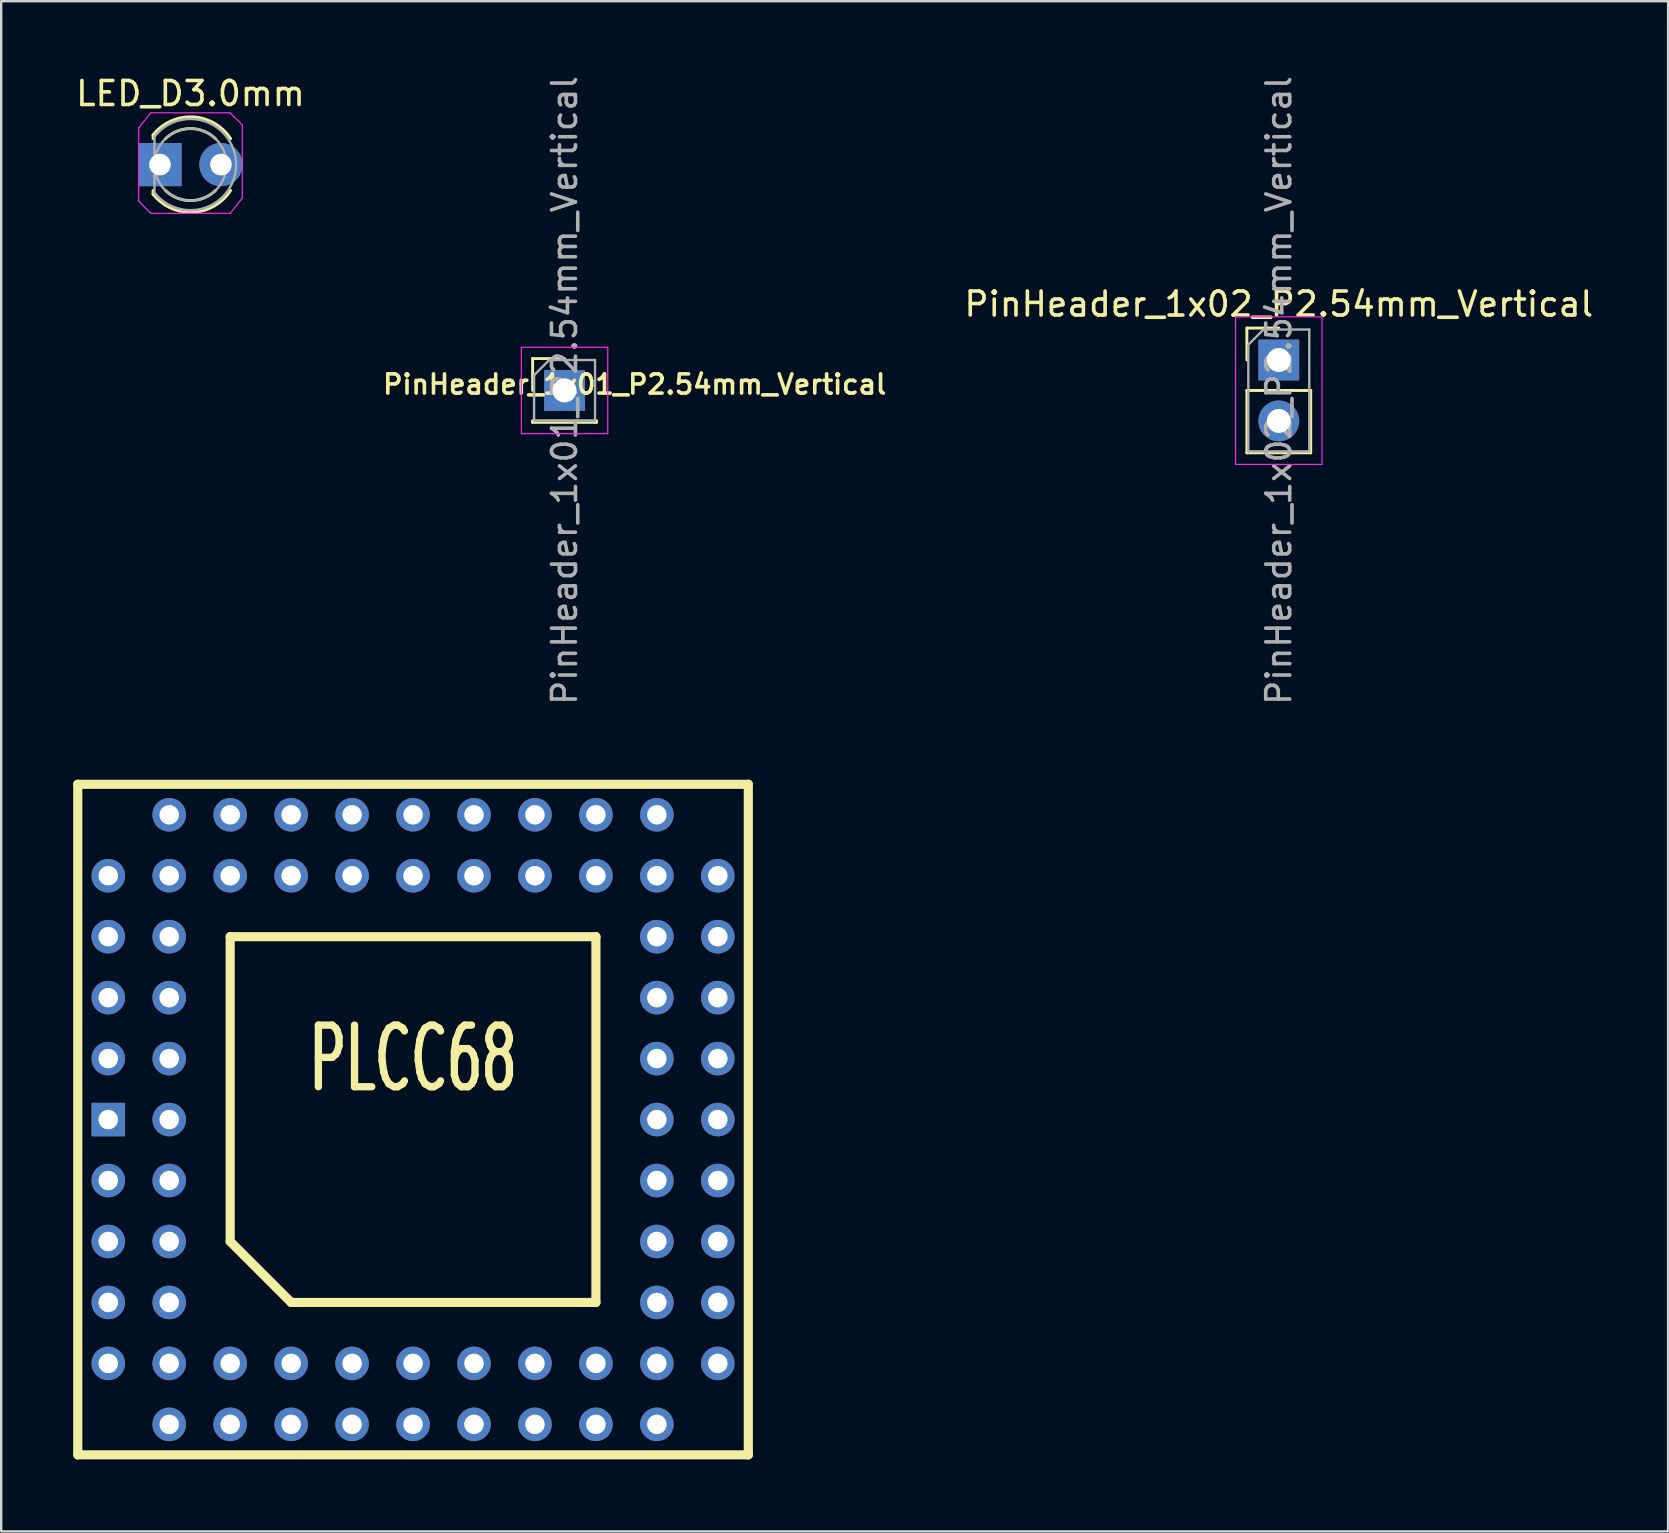
<source format=kicad_pcb>
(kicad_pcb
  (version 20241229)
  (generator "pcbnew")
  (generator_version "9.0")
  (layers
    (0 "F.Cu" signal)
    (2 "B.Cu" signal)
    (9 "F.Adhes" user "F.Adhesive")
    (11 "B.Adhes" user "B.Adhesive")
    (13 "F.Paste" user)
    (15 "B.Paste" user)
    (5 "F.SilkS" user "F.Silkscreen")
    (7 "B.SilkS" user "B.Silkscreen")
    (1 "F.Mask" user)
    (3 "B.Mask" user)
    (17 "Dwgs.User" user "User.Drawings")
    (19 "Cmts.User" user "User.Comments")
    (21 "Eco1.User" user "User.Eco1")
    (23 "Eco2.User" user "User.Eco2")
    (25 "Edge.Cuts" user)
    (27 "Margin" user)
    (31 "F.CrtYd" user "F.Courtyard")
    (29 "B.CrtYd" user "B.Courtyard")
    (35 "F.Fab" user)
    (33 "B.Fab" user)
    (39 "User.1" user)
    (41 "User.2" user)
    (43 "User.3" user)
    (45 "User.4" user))
  (footprint "LED_D3.0mm"
    (layer "F.Cu")
    (at 3.617 3.808)
    (property "Reference" "LED_D3.0mm" (at 1.27 -2.96 0) (layer "F.SilkS") (effects (font (size 1 1) (thickness 0.15))))
    (attr through_hole)
    (fp_line (start -0.29 -1.236) (end -0.29 -1.08) (stroke (width 0.12) (type solid)) (layer "F.SilkS"))
    (fp_line (start -0.29 1.08) (end -0.29 1.236) (stroke (width 0.12) (type solid)) (layer "F.SilkS"))
    (fp_arc (start -0.29 -1.235516) (mid 1.366487 -1.987659) (end 2.942335 -1.078608) (stroke (width 0.12) (type solid)) (layer "F.SilkS"))
    (fp_arc (start 0.229039 -1.08) (mid 1.270117 -1.5) (end 2.31113 -1.079837) (stroke (width 0.12) (type solid)) (layer "F.SilkS"))
    (fp_arc (start 2.31113 1.079837) (mid 1.270117 1.5) (end 0.229039 1.08) (stroke (width 0.12) (type solid)) (layer "F.SilkS"))
    (fp_arc (start 2.942335 1.078608) (mid 1.366487 1.987659) (end -0.29 1.235516) (stroke (width 0.12) (type solid)) (layer "F.SilkS"))
    (fp_line (start -0.889 -1.524) (end -0.381 -2.159) (stroke (width 0.05) (type solid)) (layer "F.CrtYd"))
    (fp_line (start -0.889 1.524) (end -0.889 -1.524) (stroke (width 0.05) (type solid)) (layer "F.CrtYd"))
    (fp_line (start -0.381 -2.159) (end 2.921 -2.159) (stroke (width 0.05) (type solid)) (layer "F.CrtYd"))
    (fp_line (start -0.381 2.032) (end -0.889 1.524) (stroke (width 0.05) (type solid)) (layer "F.CrtYd"))
    (fp_line (start 2.921 -2.159) (end 3.429 -1.651) (stroke (width 0.05) (type solid)) (layer "F.CrtYd"))
    (fp_line (start 2.921 2.032) (end -0.381 2.032) (stroke (width 0.05) (type solid)) (layer "F.CrtYd"))
    (fp_line (start 3.429 -1.651) (end 3.429 1.397) (stroke (width 0.05) (type solid)) (layer "F.CrtYd"))
    (fp_line (start 3.429 1.397) (end 2.921 2.032) (stroke (width 0.05) (type solid)) (layer "F.CrtYd"))
    (fp_line (start -0.23 -1.166) (end -0.23 1.166) (stroke (width 0.1) (type solid)) (layer "F.Fab"))
    (fp_arc (start -0.23 -1.16619) (mid 3.17 0.000452) (end -0.230555 1.165476) (stroke (width 0.1) (type solid)) (layer "F.Fab"))
    (fp_circle (center 1.27 0) (end 2.77 0) (stroke (width 0.1) (type solid)) (fill no) (layer "F.Fab"))
    (pad "1" thru_hole rect (at 0 0) (size 1.8 1.8) (drill 0.9) (layers "*.Cu" "*.Mask"))
    (pad "2" thru_hole circle (at 2.54 0) (size 1.8 1.8) (drill 0.9) (layers "*.Cu" "*.Mask")))
  (footprint "PinHeader_1x02_P2.54mm_Vertical"
    (layer "F.Cu")
    (at 50.236 11.95)
    (property "Reference" "PinHeader_1x02_P2.54mm_Vertical" (at 0 -2.33 0) (layer "F.SilkS") (effects (font (size 1 1) (thickness 0.15))))
    (attr through_hole)
    (fp_line (start -1.33 -1.33) (end 0 -1.33) (stroke (width 0.12) (type solid)) (layer "F.SilkS"))
    (fp_line (start -1.33 0) (end -1.33 -1.33) (stroke (width 0.12) (type solid)) (layer "F.SilkS"))
    (fp_line (start -1.33 1.27) (end -1.33 3.87) (stroke (width 0.12) (type solid)) (layer "F.SilkS"))
    (fp_line (start -1.33 1.27) (end 1.33 1.27) (stroke (width 0.12) (type solid)) (layer "F.SilkS"))
    (fp_line (start -1.33 3.87) (end 1.33 3.87) (stroke (width 0.12) (type solid)) (layer "F.SilkS"))
    (fp_line (start 1.33 1.27) (end 1.33 3.87) (stroke (width 0.12) (type solid)) (layer "F.SilkS"))
    (fp_line (start -1.8 -1.8) (end -1.8 4.35) (stroke (width 0.05) (type solid)) (layer "F.CrtYd"))
    (fp_line (start -1.8 4.35) (end 1.8 4.35) (stroke (width 0.05) (type solid)) (layer "F.CrtYd"))
    (fp_line (start 1.8 -1.8) (end -1.8 -1.8) (stroke (width 0.05) (type solid)) (layer "F.CrtYd"))
    (fp_line (start 1.8 4.35) (end 1.8 -1.8) (stroke (width 0.05) (type solid)) (layer "F.CrtYd"))
    (fp_line (start -1.27 -0.635) (end -0.635 -1.27) (stroke (width 0.1) (type solid)) (layer "F.Fab"))
    (fp_line (start -1.27 3.81) (end -1.27 -0.635) (stroke (width 0.1) (type solid)) (layer "F.Fab"))
    (fp_line (start -0.635 -1.27) (end 1.27 -1.27) (stroke (width 0.1) (type solid)) (layer "F.Fab"))
    (fp_line (start 1.27 -1.27) (end 1.27 3.81) (stroke (width 0.1) (type solid)) (layer "F.Fab"))
    (fp_line (start 1.27 3.81) (end -1.27 3.81) (stroke (width 0.1) (type solid)) (layer "F.Fab"))
    (fp_text user "${REFERENCE}" (at 0 1.27 90) (layer "F.Fab") (effects (font (size 1 1) (thickness 0.15))))
    (pad "1" thru_hole rect (at 0 0) (size 1.7 1.7) (drill 1) (layers "*.Cu" "*.Mask"))
    (pad "2" thru_hole oval (at 0 2.54) (size 1.7 1.7) (drill 1) (layers "*.Cu" "*.Mask")))
  (footprint "PLCC68"
    (layer "F.Cu")
    (at 14.161 43.601)
    (property "Reference" "PLCC68" (at 0 -2.54 0) (layer "F.SilkS") (effects (font (size 2.568 1.506) (thickness 0.305))))
    (attr through_hole)
    (fp_line (start -13.97 -13.97) (end 13.97 -13.97) (stroke (width 0.381) (type solid)) (layer "F.SilkS"))
    (fp_line (start -13.97 13.97) (end -13.97 -13.97) (stroke (width 0.381) (type solid)) (layer "F.SilkS"))
    (fp_line (start -7.62 -7.62) (end 7.62 -7.62) (stroke (width 0.381) (type solid)) (layer "F.SilkS"))
    (fp_line (start -7.62 5.08) (end -7.62 -7.62) (stroke (width 0.381) (type solid)) (layer "F.SilkS"))
    (fp_line (start -5.08 7.62) (end -7.62 5.08) (stroke (width 0.381) (type solid)) (layer "F.SilkS"))
    (fp_line (start 7.62 -7.62) (end 7.62 7.62) (stroke (width 0.381) (type solid)) (layer "F.SilkS"))
    (fp_line (start 7.62 7.62) (end -5.08 7.62) (stroke (width 0.381) (type solid)) (layer "F.SilkS"))
    (fp_line (start 13.97 -13.97) (end 13.97 13.97) (stroke (width 0.381) (type solid)) (layer "F.SilkS"))
    (fp_line (start 13.97 13.97) (end -13.97 13.97) (stroke (width 0.381) (type solid)) (layer "F.SilkS"))
    (pad "1" thru_hole rect (at -12.7 0) (size 1.397 1.397) (drill 0.813) (layers "*.Cu" "*.Mask"))
    (pad "2" thru_hole circle (at -10.16 0) (size 1.397 1.397) (drill 0.813) (layers "*.Cu" "*.Mask"))
    (pad "3" thru_hole circle (at -12.7 2.54) (size 1.397 1.397) (drill 0.813) (layers "*.Cu" "*.Mask"))
    (pad "4" thru_hole circle (at -10.16 2.54) (size 1.397 1.397) (drill 0.813) (layers "*.Cu" "*.Mask"))
    (pad "5" thru_hole circle (at -12.7 5.08) (size 1.397 1.397) (drill 0.813) (layers "*.Cu" "*.Mask"))
    (pad "6" thru_hole circle (at -10.16 5.08) (size 1.397 1.397) (drill 0.813) (layers "*.Cu" "*.Mask"))
    (pad "7" thru_hole circle (at -12.7 7.62) (size 1.397 1.397) (drill 0.813) (layers "*.Cu" "*.Mask"))
    (pad "8" thru_hole circle (at -10.16 7.62) (size 1.397 1.397) (drill 0.813) (layers "*.Cu" "*.Mask"))
    (pad "9" thru_hole circle (at -12.7 10.16) (size 1.397 1.397) (drill 0.813) (layers "*.Cu" "*.Mask"))
    (pad "10" thru_hole circle (at -10.16 12.7) (size 1.397 1.397) (drill 0.813) (layers "*.Cu" "*.Mask"))
    (pad "11" thru_hole circle (at -10.16 10.16) (size 1.397 1.397) (drill 0.813) (layers "*.Cu" "*.Mask"))
    (pad "12" thru_hole circle (at -7.62 12.7) (size 1.397 1.397) (drill 0.813) (layers "*.Cu" "*.Mask"))
    (pad "13" thru_hole circle (at -7.62 10.16) (size 1.397 1.397) (drill 0.813) (layers "*.Cu" "*.Mask"))
    (pad "14" thru_hole circle (at -5.08 12.7) (size 1.397 1.397) (drill 0.813) (layers "*.Cu" "*.Mask"))
    (pad "15" thru_hole circle (at -5.08 10.16) (size 1.397 1.397) (drill 0.813) (layers "*.Cu" "*.Mask"))
    (pad "16" thru_hole circle (at -2.54 12.7) (size 1.397 1.397) (drill 0.813) (layers "*.Cu" "*.Mask"))
    (pad "17" thru_hole circle (at -2.54 10.16) (size 1.397 1.397) (drill 0.813) (layers "*.Cu" "*.Mask"))
    (pad "18" thru_hole circle (at 0 12.7) (size 1.397 1.397) (drill 0.813) (layers "*.Cu" "*.Mask"))
    (pad "19" thru_hole circle (at 0 10.16) (size 1.397 1.397) (drill 0.813) (layers "*.Cu" "*.Mask"))
    (pad "20" thru_hole circle (at 2.54 12.7) (size 1.397 1.397) (drill 0.813) (layers "*.Cu" "*.Mask"))
    (pad "21" thru_hole circle (at 2.54 10.16) (size 1.397 1.397) (drill 0.813) (layers "*.Cu" "*.Mask"))
    (pad "22" thru_hole circle (at 5.08 12.7) (size 1.397 1.397) (drill 0.813) (layers "*.Cu" "*.Mask"))
    (pad "23" thru_hole circle (at 5.08 10.16) (size 1.397 1.397) (drill 0.813) (layers "*.Cu" "*.Mask"))
    (pad "24" thru_hole circle (at 7.62 12.7) (size 1.397 1.397) (drill 0.813) (layers "*.Cu" "*.Mask"))
    (pad "25" thru_hole circle (at 7.62 10.16) (size 1.397 1.397) (drill 0.813) (layers "*.Cu" "*.Mask"))
    (pad "26" thru_hole circle (at 10.16 12.7) (size 1.397 1.397) (drill 0.813) (layers "*.Cu" "*.Mask"))
    (pad "27" thru_hole circle (at 12.7 10.16) (size 1.397 1.397) (drill 0.813) (layers "*.Cu" "*.Mask"))
    (pad "28" thru_hole circle (at 10.16 10.16) (size 1.397 1.397) (drill 0.813) (layers "*.Cu" "*.Mask"))
    (pad "29" thru_hole circle (at 12.7 7.62) (size 1.397 1.397) (drill 0.813) (layers "*.Cu" "*.Mask"))
    (pad "30" thru_hole circle (at 10.16 7.62) (size 1.397 1.397) (drill 0.813) (layers "*.Cu" "*.Mask"))
    (pad "31" thru_hole circle (at 12.7 5.08) (size 1.397 1.397) (drill 0.813) (layers "*.Cu" "*.Mask"))
    (pad "32" thru_hole circle (at 10.16 5.08) (size 1.397 1.397) (drill 0.813) (layers "*.Cu" "*.Mask"))
    (pad "33" thru_hole circle (at 12.7 2.54) (size 1.397 1.397) (drill 0.813) (layers "*.Cu" "*.Mask"))
    (pad "34" thru_hole circle (at 10.16 2.54) (size 1.397 1.397) (drill 0.813) (layers "*.Cu" "*.Mask"))
    (pad "35" thru_hole circle (at 12.7 0) (size 1.397 1.397) (drill 0.813) (layers "*.Cu" "*.Mask"))
    (pad "36" thru_hole circle (at 10.16 0) (size 1.397 1.397) (drill 0.813) (layers "*.Cu" "*.Mask"))
    (pad "37" thru_hole circle (at 12.7 -2.54) (size 1.397 1.397) (drill 0.813) (layers "*.Cu" "*.Mask"))
    (pad "38" thru_hole circle (at 10.16 -2.54) (size 1.397 1.397) (drill 0.813) (layers "*.Cu" "*.Mask"))
    (pad "39" thru_hole circle (at 12.7 -5.08) (size 1.397 1.397) (drill 0.813) (layers "*.Cu" "*.Mask"))
    (pad "40" thru_hole circle (at 10.16 -5.08) (size 1.397 1.397) (drill 0.813) (layers "*.Cu" "*.Mask"))
    (pad "41" thru_hole circle (at 12.7 -7.62) (size 1.397 1.397) (drill 0.813) (layers "*.Cu" "*.Mask"))
    (pad "42" thru_hole circle (at 10.16 -7.62) (size 1.397 1.397) (drill 0.813) (layers "*.Cu" "*.Mask"))
    (pad "43" thru_hole circle (at 12.7 -10.16) (size 1.397 1.397) (drill 0.813) (layers "*.Cu" "*.Mask"))
    (pad "44" thru_hole circle (at 10.16 -12.7) (size 1.397 1.397) (drill 0.813) (layers "*.Cu" "*.Mask"))
    (pad "45" thru_hole circle (at 10.16 -10.16) (size 1.397 1.397) (drill 0.813) (layers "*.Cu" "*.Mask"))
    (pad "46" thru_hole circle (at 7.62 -12.7) (size 1.397 1.397) (drill 0.813) (layers "*.Cu" "*.Mask"))
    (pad "47" thru_hole circle (at 7.62 -10.16) (size 1.397 1.397) (drill 0.813) (layers "*.Cu" "*.Mask"))
    (pad "48" thru_hole circle (at 5.08 -12.7) (size 1.397 1.397) (drill 0.813) (layers "*.Cu" "*.Mask"))
    (pad "49" thru_hole circle (at 5.08 -10.16) (size 1.397 1.397) (drill 0.813) (layers "*.Cu" "*.Mask"))
    (pad "50" thru_hole circle (at 2.54 -12.7) (size 1.397 1.397) (drill 0.813) (layers "*.Cu" "*.Mask"))
    (pad "51" thru_hole circle (at 2.54 -10.16) (size 1.397 1.397) (drill 0.813) (layers "*.Cu" "*.Mask"))
    (pad "52" thru_hole circle (at 0 -12.7) (size 1.397 1.397) (drill 0.813) (layers "*.Cu" "*.Mask"))
    (pad "53" thru_hole circle (at 0 -10.16) (size 1.397 1.397) (drill 0.813) (layers "*.Cu" "*.Mask"))
    (pad "54" thru_hole circle (at -2.54 -12.7) (size 1.397 1.397) (drill 0.813) (layers "*.Cu" "*.Mask"))
    (pad "55" thru_hole circle (at -2.54 -10.16) (size 1.397 1.397) (drill 0.813) (layers "*.Cu" "*.Mask"))
    (pad "56" thru_hole circle (at -5.08 -12.7) (size 1.397 1.397) (drill 0.813) (layers "*.Cu" "*.Mask"))
    (pad "57" thru_hole circle (at -5.08 -10.16) (size 1.397 1.397) (drill 0.813) (layers "*.Cu" "*.Mask"))
    (pad "58" thru_hole circle (at -7.62 -12.7) (size 1.397 1.397) (drill 0.813) (layers "*.Cu" "*.Mask"))
    (pad "59" thru_hole circle (at -7.62 -10.16) (size 1.397 1.397) (drill 0.813) (layers "*.Cu" "*.Mask"))
    (pad "60" thru_hole circle (at -10.16 -12.7) (size 1.397 1.397) (drill 0.813) (layers "*.Cu" "*.Mask"))
    (pad "61" thru_hole circle (at -12.7 -10.16) (size 1.397 1.397) (drill 0.813) (layers "*.Cu" "*.Mask"))
    (pad "62" thru_hole circle (at -10.16 -10.16) (size 1.397 1.397) (drill 0.813) (layers "*.Cu" "*.Mask"))
    (pad "63" thru_hole circle (at -12.7 -7.62) (size 1.397 1.397) (drill 0.813) (layers "*.Cu" "*.Mask"))
    (pad "64" thru_hole circle (at -10.16 -7.62) (size 1.397 1.397) (drill 0.813) (layers "*.Cu" "*.Mask"))
    (pad "65" thru_hole circle (at -12.7 -5.08) (size 1.397 1.397) (drill 0.813) (layers "*.Cu" "*.Mask"))
    (pad "66" thru_hole circle (at -10.16 -5.08) (size 1.397 1.397) (drill 0.813) (layers "*.Cu" "*.Mask"))
    (pad "67" thru_hole circle (at -12.7 -2.54) (size 1.397 1.397) (drill 0.813) (layers "*.Cu" "*.Mask"))
    (pad "68" thru_hole circle (at -10.16 -2.54) (size 1.397 1.397) (drill 0.813) (layers "*.Cu" "*.Mask")))
  (footprint "PinHeader_1x01_P2.54mm_Vertical"
    (layer "F.Cu")
    (at 20.474 13.22)
    (property "Reference" "PinHeader_1x01_P2.54mm_Vertical" (at 2.921 -0.254 0) (layer "F.SilkS") (effects (font (size 0.8 0.8) (thickness 0.15))))
    (attr through_hole)
    (fp_line (start -1.33 -1.33) (end 0 -1.33) (stroke (width 0.12) (type solid)) (layer "F.SilkS"))
    (fp_line (start -1.33 0) (end -1.33 -1.33) (stroke (width 0.12) (type solid)) (layer "F.SilkS"))
    (fp_line (start -1.33 1.27) (end -1.33 1.33) (stroke (width 0.12) (type solid)) (layer "F.SilkS"))
    (fp_line (start -1.33 1.27) (end 1.33 1.27) (stroke (width 0.12) (type solid)) (layer "F.SilkS"))
    (fp_line (start -1.33 1.33) (end 1.33 1.33) (stroke (width 0.12) (type solid)) (layer "F.SilkS"))
    (fp_line (start 1.33 1.27) (end 1.33 1.33) (stroke (width 0.12) (type solid)) (layer "F.SilkS"))
    (fp_line (start -1.8 -1.8) (end -1.8 1.8) (stroke (width 0.05) (type solid)) (layer "F.CrtYd"))
    (fp_line (start -1.8 1.8) (end 1.8 1.8) (stroke (width 0.05) (type solid)) (layer "F.CrtYd"))
    (fp_line (start 1.8 -1.8) (end -1.8 -1.8) (stroke (width 0.05) (type solid)) (layer "F.CrtYd"))
    (fp_line (start 1.8 1.8) (end 1.8 -1.8) (stroke (width 0.05) (type solid)) (layer "F.CrtYd"))
    (fp_line (start -1.27 -0.635) (end -0.635 -1.27) (stroke (width 0.1) (type solid)) (layer "F.Fab"))
    (fp_line (start -1.27 1.27) (end -1.27 -0.635) (stroke (width 0.1) (type solid)) (layer "F.Fab"))
    (fp_line (start -0.635 -1.27) (end 1.27 -1.27) (stroke (width 0.1) (type solid)) (layer "F.Fab"))
    (fp_line (start 1.27 -1.27) (end 1.27 1.27) (stroke (width 0.1) (type solid)) (layer "F.Fab"))
    (fp_line (start 1.27 1.27) (end -1.27 1.27) (stroke (width 0.1) (type solid)) (layer "F.Fab"))
    (fp_text user "${REFERENCE}" (at 0 0 90) (layer "F.Fab") (effects (font (size 1 1) (thickness 0.15))))
    (pad "1" thru_hole rect (at 0 0) (size 1.7 1.7) (drill 1) (layers "*.Cu" "*.Mask")))
  (gr_rect
    (start -3 -3)
    (end 66.457 60.761)
    (stroke (width 0.1) (type default))
    (fill no)
    (layer "Edge.Cuts")))
</source>
